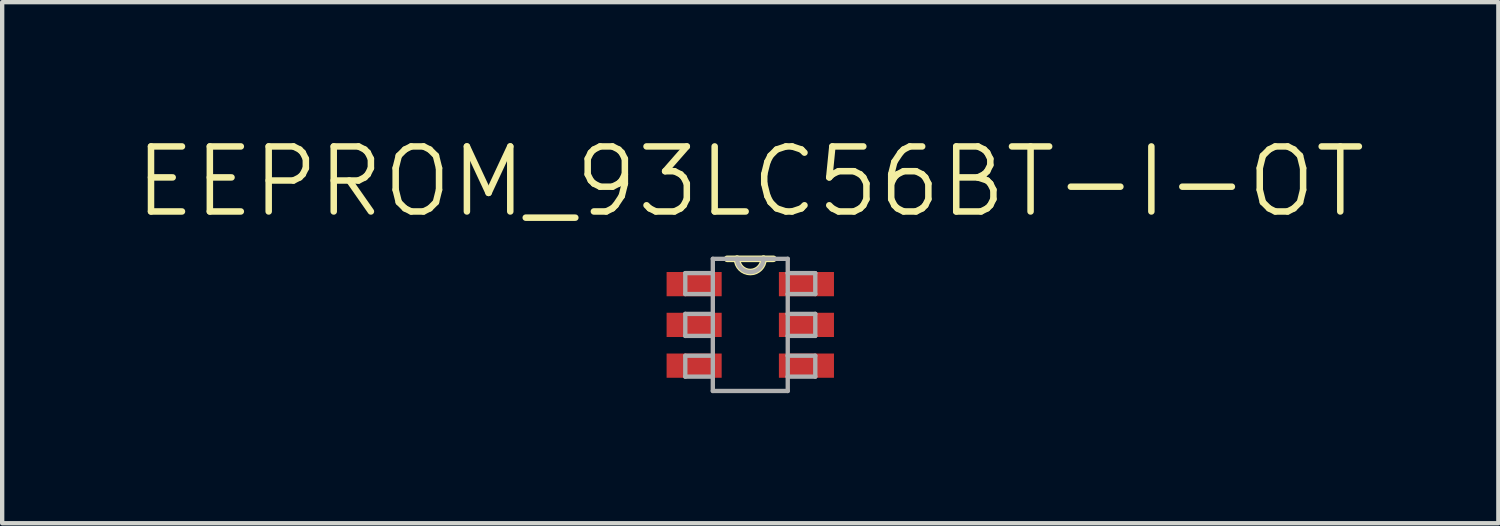
<source format=kicad_pcb>
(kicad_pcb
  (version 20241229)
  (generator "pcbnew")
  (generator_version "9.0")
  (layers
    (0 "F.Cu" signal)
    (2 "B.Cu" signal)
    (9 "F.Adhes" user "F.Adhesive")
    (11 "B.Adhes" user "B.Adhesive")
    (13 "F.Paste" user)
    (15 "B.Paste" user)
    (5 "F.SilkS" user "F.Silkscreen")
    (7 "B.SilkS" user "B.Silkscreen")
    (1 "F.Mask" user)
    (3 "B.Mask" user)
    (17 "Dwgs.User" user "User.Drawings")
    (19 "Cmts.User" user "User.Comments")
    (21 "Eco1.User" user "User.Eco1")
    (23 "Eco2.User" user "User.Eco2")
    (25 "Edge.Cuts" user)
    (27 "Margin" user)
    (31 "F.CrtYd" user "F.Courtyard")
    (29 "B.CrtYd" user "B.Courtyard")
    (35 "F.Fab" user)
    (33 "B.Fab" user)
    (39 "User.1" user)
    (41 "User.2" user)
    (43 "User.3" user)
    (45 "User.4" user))
  (footprint "EEPROM_93LC56BT-I-OT"
    (layer "F.Cu")
    (at 14.254 4.443)
    (property "Reference" "EEPROM_93LC56BT-I-OT" (at 0 -3.302 0) (layer "F.SilkS") (effects (font (size 1.5 1.5) (thickness 0.15))))
    (attr through_hole)
    (fp_line (start -0.305 -1.524) (end -0.533 -1.524) (stroke (width 0.152) (type solid)) (layer "F.SilkS"))
    (fp_line (start 0.305 -1.524) (end -0.305 -1.524) (stroke (width 0.152) (type solid)) (layer "F.SilkS"))
    (fp_line (start 0.533 -1.524) (end 0.305 -1.524) (stroke (width 0.152) (type solid)) (layer "F.SilkS"))
    (fp_arc (start 0.3048 -1.524) (mid 0 -1.2192) (end -0.3048 -1.524) (stroke (width 0.1524) (type solid)) (layer "F.SilkS"))
    (fp_line (start -1.499 -1.194) (end -1.499 -0.711) (stroke (width 0.1) (type solid)) (layer "F.Fab"))
    (fp_line (start -1.499 -0.711) (end -0.864 -0.711) (stroke (width 0.1) (type solid)) (layer "F.Fab"))
    (fp_line (start -1.499 -0.254) (end -1.499 0.254) (stroke (width 0.1) (type solid)) (layer "F.Fab"))
    (fp_line (start -1.499 0.254) (end -0.864 0.254) (stroke (width 0.1) (type solid)) (layer "F.Fab"))
    (fp_line (start -1.499 0.711) (end -1.499 1.194) (stroke (width 0.1) (type solid)) (layer "F.Fab"))
    (fp_line (start -1.499 1.194) (end -0.864 1.194) (stroke (width 0.1) (type solid)) (layer "F.Fab"))
    (fp_line (start -0.864 -1.524) (end -0.864 -1.194) (stroke (width 0.1) (type solid)) (layer "F.Fab"))
    (fp_line (start -0.864 -1.194) (end -1.499 -1.194) (stroke (width 0.1) (type solid)) (layer "F.Fab"))
    (fp_line (start -0.864 -1.194) (end -0.864 -0.711) (stroke (width 0.1) (type solid)) (layer "F.Fab"))
    (fp_line (start -0.864 -0.711) (end -0.864 -0.254) (stroke (width 0.1) (type solid)) (layer "F.Fab"))
    (fp_line (start -0.864 -0.254) (end -1.499 -0.254) (stroke (width 0.1) (type solid)) (layer "F.Fab"))
    (fp_line (start -0.864 -0.254) (end -0.864 0.254) (stroke (width 0.1) (type solid)) (layer "F.Fab"))
    (fp_line (start -0.864 0.254) (end -0.864 0.711) (stroke (width 0.1) (type solid)) (layer "F.Fab"))
    (fp_line (start -0.864 0.711) (end -1.499 0.711) (stroke (width 0.1) (type solid)) (layer "F.Fab"))
    (fp_line (start -0.864 1.194) (end -0.864 0.711) (stroke (width 0.1) (type solid)) (layer "F.Fab"))
    (fp_line (start -0.864 1.524) (end -0.864 1.194) (stroke (width 0.1) (type solid)) (layer "F.Fab"))
    (fp_line (start -0.864 1.524) (end 0.864 1.524) (stroke (width 0.1) (type solid)) (layer "F.Fab"))
    (fp_line (start -0.305 -1.524) (end -0.864 -1.524) (stroke (width 0.1) (type solid)) (layer "F.Fab"))
    (fp_line (start 0.305 -1.524) (end -0.305 -1.524) (stroke (width 0.1) (type solid)) (layer "F.Fab"))
    (fp_line (start 0.864 -1.524) (end 0.305 -1.524) (stroke (width 0.1) (type solid)) (layer "F.Fab"))
    (fp_line (start 0.864 -1.524) (end 0.864 -1.194) (stroke (width 0.1) (type solid)) (layer "F.Fab"))
    (fp_line (start 0.864 -1.194) (end 0.864 -0.711) (stroke (width 0.1) (type solid)) (layer "F.Fab"))
    (fp_line (start 0.864 -0.711) (end 1.499 -0.711) (stroke (width 0.1) (type solid)) (layer "F.Fab"))
    (fp_line (start 0.864 -0.254) (end 0.864 -0.711) (stroke (width 0.1) (type solid)) (layer "F.Fab"))
    (fp_line (start 0.864 0.254) (end 0.864 -0.254) (stroke (width 0.1) (type solid)) (layer "F.Fab"))
    (fp_line (start 0.864 0.254) (end 1.499 0.254) (stroke (width 0.1) (type solid)) (layer "F.Fab"))
    (fp_line (start 0.864 0.711) (end 0.864 0.254) (stroke (width 0.1) (type solid)) (layer "F.Fab"))
    (fp_line (start 0.864 1.194) (end 0.864 0.711) (stroke (width 0.1) (type solid)) (layer "F.Fab"))
    (fp_line (start 0.864 1.194) (end 1.499 1.194) (stroke (width 0.1) (type solid)) (layer "F.Fab"))
    (fp_line (start 0.864 1.524) (end 0.864 1.194) (stroke (width 0.1) (type solid)) (layer "F.Fab"))
    (fp_line (start 1.499 -1.194) (end 0.864 -1.194) (stroke (width 0.1) (type solid)) (layer "F.Fab"))
    (fp_line (start 1.499 -0.711) (end 1.499 -1.194) (stroke (width 0.1) (type solid)) (layer "F.Fab"))
    (fp_line (start 1.499 -0.254) (end 0.864 -0.254) (stroke (width 0.1) (type solid)) (layer "F.Fab"))
    (fp_line (start 1.499 0.254) (end 1.499 -0.254) (stroke (width 0.1) (type solid)) (layer "F.Fab"))
    (fp_line (start 1.499 0.711) (end 0.864 0.711) (stroke (width 0.1) (type solid)) (layer "F.Fab"))
    (fp_line (start 1.499 1.194) (end 1.499 0.711) (stroke (width 0.1) (type solid)) (layer "F.Fab"))
    (fp_arc (start 0.3048 -1.524) (mid 0 -1.2192) (end -0.3048 -1.524) (stroke (width 0.1) (type solid)) (layer "F.Fab"))
    (pad "1" smd rect (at -1.295 -0.94) (size 1.27 0.559) (layers "F.Cu" "F.Mask" "F.Paste"))
    (pad "2" smd rect (at -1.295 0) (size 1.27 0.559) (layers "F.Cu" "F.Mask" "F.Paste"))
    (pad "3" smd rect (at -1.295 0.94) (size 1.27 0.559) (layers "F.Cu" "F.Mask" "F.Paste"))
    (pad "4" smd rect (at 1.295 0.94) (size 1.27 0.559) (layers "F.Cu" "F.Mask" "F.Paste"))
    (pad "5" smd rect (at 1.295 0) (size 1.27 0.559) (layers "F.Cu" "F.Mask" "F.Paste"))
    (pad "6" smd rect (at 1.295 -0.94) (size 1.27 0.559) (layers "F.Cu" "F.Mask" "F.Paste")))
  (gr_rect
    (start -3 -3)
    (end 31.507 9.017)
    (stroke (width 0.1) (type default))
    (fill no)
    (layer "Edge.Cuts")))
</source>
